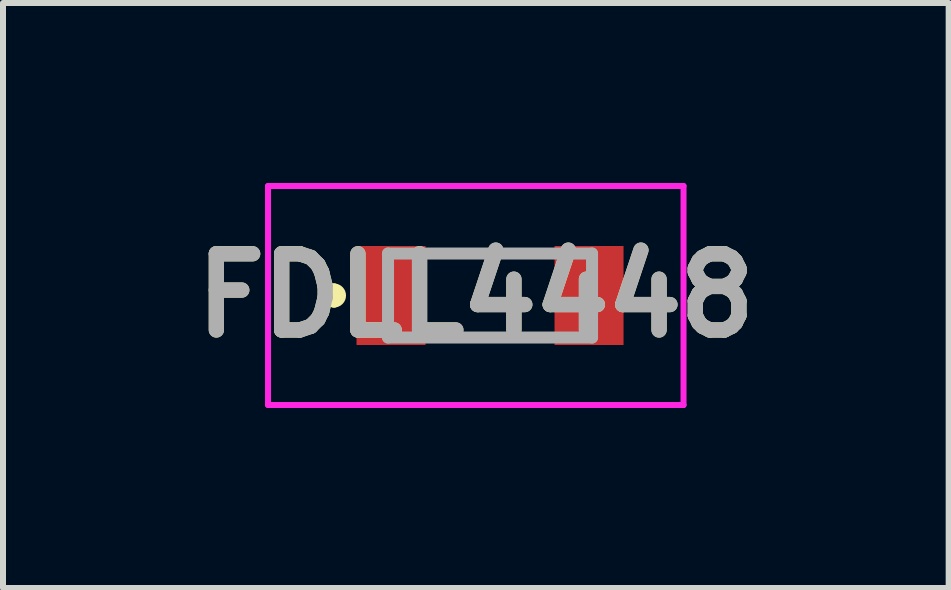
<source format=kicad_pcb>
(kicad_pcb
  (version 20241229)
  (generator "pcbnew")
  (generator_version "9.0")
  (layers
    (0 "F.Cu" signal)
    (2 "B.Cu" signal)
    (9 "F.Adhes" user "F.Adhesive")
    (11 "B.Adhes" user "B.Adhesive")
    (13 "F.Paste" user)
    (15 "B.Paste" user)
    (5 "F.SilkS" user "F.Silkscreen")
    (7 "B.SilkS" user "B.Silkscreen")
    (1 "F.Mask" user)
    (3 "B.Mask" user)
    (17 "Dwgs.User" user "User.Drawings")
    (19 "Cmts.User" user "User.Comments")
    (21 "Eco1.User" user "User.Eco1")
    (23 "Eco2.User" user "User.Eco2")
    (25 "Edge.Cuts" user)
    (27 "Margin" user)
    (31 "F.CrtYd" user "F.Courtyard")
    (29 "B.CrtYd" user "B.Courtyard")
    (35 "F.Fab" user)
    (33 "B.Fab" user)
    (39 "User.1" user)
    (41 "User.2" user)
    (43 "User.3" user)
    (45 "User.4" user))
  (footprint "FDLL4448"
    (layer "F.Cu")
    (at 5.117 1.875)
    (property "Reference" "FDLL4448" (at -0.237 0 0) (layer "F.SilkS") (effects (font (size 1.27 1.27) (thickness 0.254))))
    (attr smd)
    (fp_line (start -2.6 -0.1) (end -2.6 -0.1) (stroke (width 0.2) (type solid)) (layer "F.SilkS"))
    (fp_line (start -2.6 0.1) (end -2.6 0.1) (stroke (width 0.2) (type solid)) (layer "F.SilkS"))
    (fp_line (start -0.9 -0.7) (end 0.9 -0.7) (stroke (width 0.1) (type solid)) (layer "F.SilkS"))
    (fp_line (start -0.9 0.7) (end 0.9 0.7) (stroke (width 0.1) (type solid)) (layer "F.SilkS"))
    (fp_arc (start -2.6 -0.1) (mid -2.5 0) (end -2.6 0.1) (stroke (width 0.2) (type solid)) (layer "F.SilkS"))
    (fp_arc (start -2.6 0.1) (mid -2.7 0) (end -2.6 -0.1) (stroke (width 0.2) (type solid)) (layer "F.SilkS"))
    (fp_line (start -3.7 -1.825) (end 3.225 -1.825) (stroke (width 0.1) (type solid)) (layer "F.CrtYd"))
    (fp_line (start -3.7 1.825) (end -3.7 -1.825) (stroke (width 0.1) (type solid)) (layer "F.CrtYd"))
    (fp_line (start 3.225 -1.825) (end 3.225 1.825) (stroke (width 0.1) (type solid)) (layer "F.CrtYd"))
    (fp_line (start 3.225 1.825) (end -3.7 1.825) (stroke (width 0.1) (type solid)) (layer "F.CrtYd"))
    (fp_line (start -1.7 -0.7) (end 1.7 -0.7) (stroke (width 0.2) (type solid)) (layer "F.Fab"))
    (fp_line (start -1.7 0.7) (end -1.7 -0.7) (stroke (width 0.2) (type solid)) (layer "F.Fab"))
    (fp_line (start 1.7 -0.7) (end 1.7 0.7) (stroke (width 0.2) (type solid)) (layer "F.Fab"))
    (fp_line (start 1.7 0.7) (end -1.7 0.7) (stroke (width 0.2) (type solid)) (layer "F.Fab"))
    (fp_text user "${REFERENCE}" (at -0.237 0 0) (layer "F.Fab") (effects (font (size 1.27 1.27) (thickness 0.254))))
    (pad "1" smd rect (at -1.65 0) (size 1.15 1.65) (layers "F.Cu" "F.Mask" "F.Paste"))
    (pad "2" smd rect (at 1.65 0) (size 1.15 1.65) (layers "F.Cu" "F.Mask" "F.Paste")))
  (gr_rect
    (start -3 -3)
    (end 12.761 6.75)
    (stroke (width 0.1) (type default))
    (fill no)
    (layer "Edge.Cuts")))
</source>
